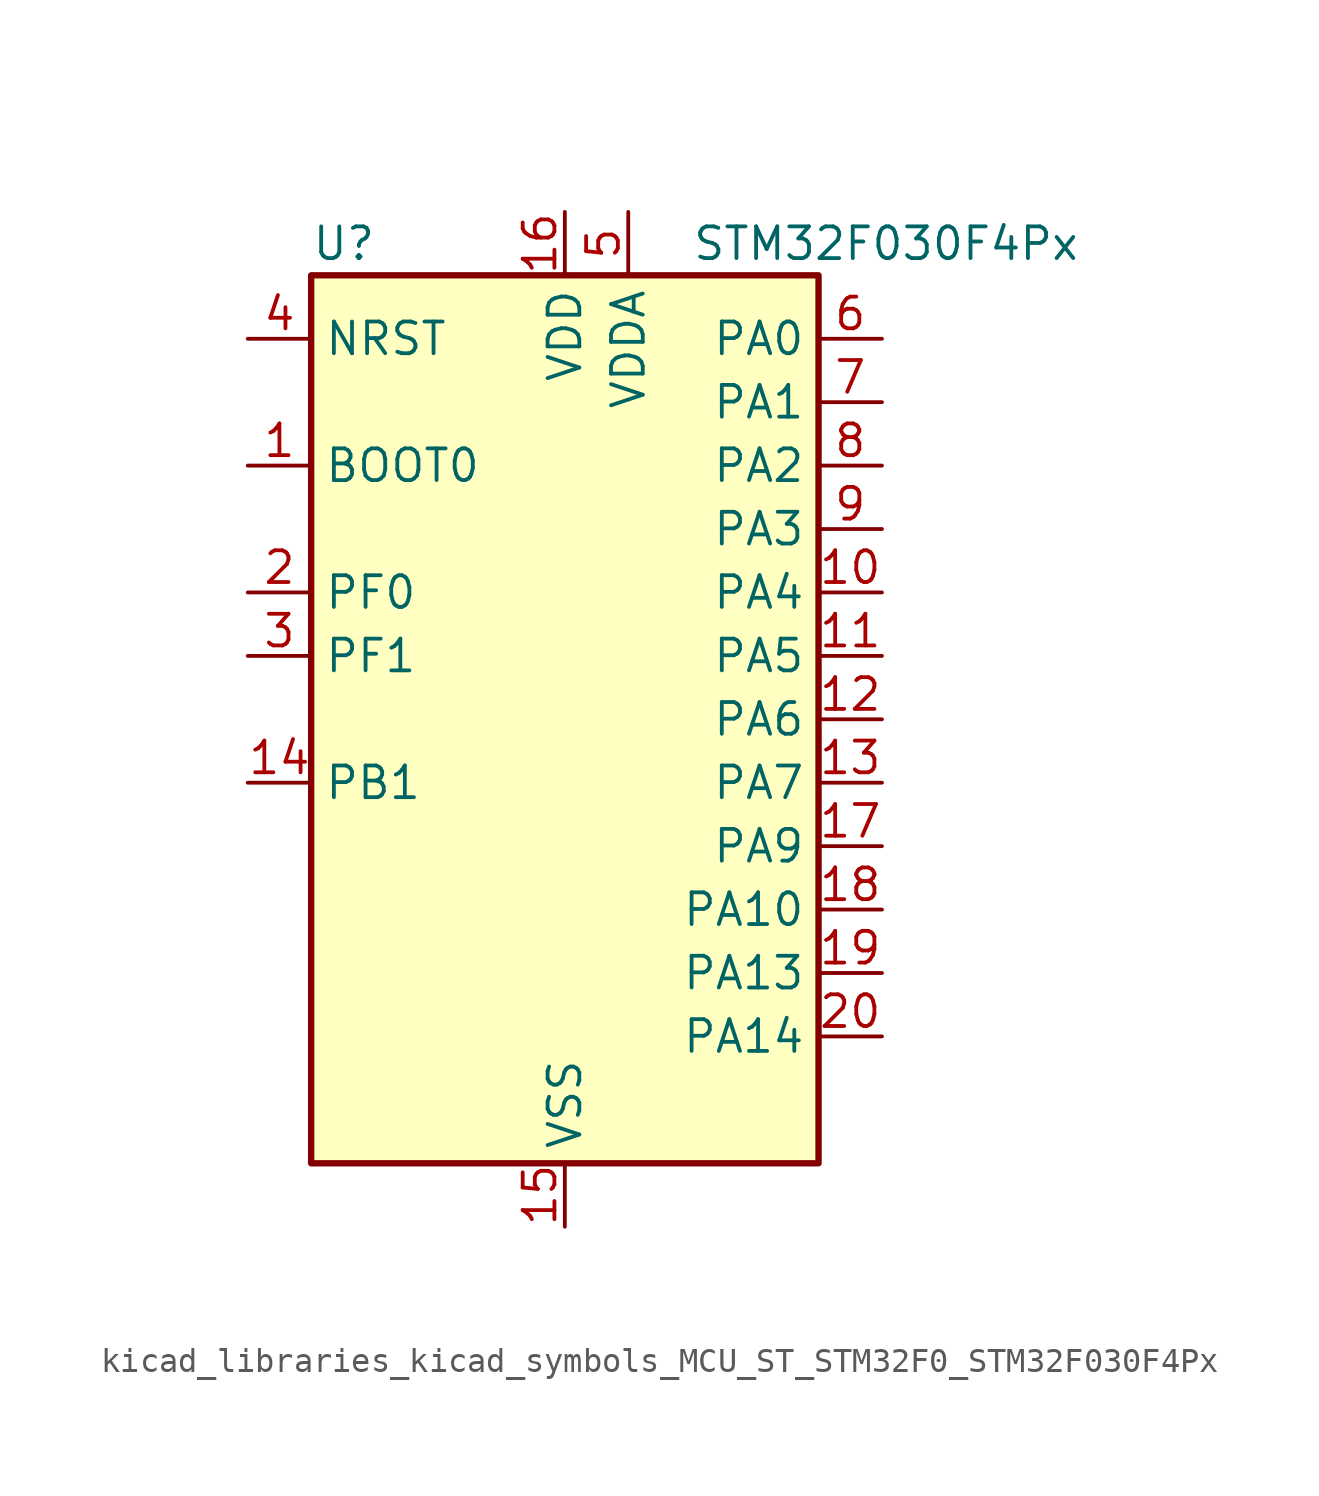
<source format=kicad_sym>
(kicad_symbol_lib
  (version 20220914)
  (generator kicad_symbol_editor)
  (symbol "kicad_libraries_kicad_symbols_MCU_ST_STM32F0_STM32F030F4Px"
    (property "Reference" "U"
      (at -10.16 19.05 0)
      (effects (font (size 1.27 1.27)) (justify left)))
    (property "Value" "STM32F030F4Px"
      (at 5.08 19.05 0)
      (effects (font (size 1.27 1.27)) (justify left)))
    (property "ki_locked" ""
      (at 0 0 0)
      (effects (font (size 1.27 1.27))))
    (symbol "kicad_libraries_kicad_symbols_MCU_ST_STM32F0_STM32F030F4Px_0_1"
      (rectangle (start -10.16 -17.78) (end 10.16 17.78) (stroke (width 0.254) (type default)) (fill (type background))))
    (symbol "kicad_libraries_kicad_symbols_MCU_ST_STM32F0_STM32F030F4Px_1_1"
      (pin input line (at -12.7 10.16 0) (length 2.54) (name "BOOT0" (effects (font (size 1.27 1.27)))) (number "1" (effects (font (size 1.27 1.27)))))
      (pin bidirectional line (at 12.7 5.08 180) (length 2.54) (name "PA4" (effects (font (size 1.27 1.27)))) (number "10" (effects (font (size 1.27 1.27)))) (alternate "ADC_IN4" bidirectional line) (alternate "SPI1_NSS" bidirectional line) (alternate "TIM14_CH1" bidirectional line) (alternate "USART1_CK" bidirectional line))
      (pin bidirectional line (at 12.7 2.54 180) (length 2.54) (name "PA5" (effects (font (size 1.27 1.27)))) (number "11" (effects (font (size 1.27 1.27)))) (alternate "ADC_IN5" bidirectional line) (alternate "SPI1_SCK" bidirectional line))
      (pin bidirectional line (at 12.7 0 180) (length 2.54) (name "PA6" (effects (font (size 1.27 1.27)))) (number "12" (effects (font (size 1.27 1.27)))) (alternate "ADC_IN6" bidirectional line) (alternate "SPI1_MISO" bidirectional line) (alternate "TIM16_CH1" bidirectional line) (alternate "TIM1_BKIN" bidirectional line) (alternate "TIM3_CH1" bidirectional line))
      (pin bidirectional line (at 12.7 -2.54 180) (length 2.54) (name "PA7" (effects (font (size 1.27 1.27)))) (number "13" (effects (font (size 1.27 1.27)))) (alternate "ADC_IN7" bidirectional line) (alternate "SPI1_MOSI" bidirectional line) (alternate "TIM14_CH1" bidirectional line) (alternate "TIM17_CH1" bidirectional line) (alternate "TIM1_CH1N" bidirectional line) (alternate "TIM3_CH2" bidirectional line))
      (pin bidirectional line (at -12.7 -2.54 0) (length 2.54) (name "PB1" (effects (font (size 1.27 1.27)))) (number "14" (effects (font (size 1.27 1.27)))) (alternate "ADC_IN9" bidirectional line) (alternate "TIM14_CH1" bidirectional line) (alternate "TIM1_CH3N" bidirectional line) (alternate "TIM3_CH4" bidirectional line))
      (pin power_in line (at 0 -20.32 90) (length 2.54) (name "VSS" (effects (font (size 1.27 1.27)))) (number "15" (effects (font (size 1.27 1.27)))))
      (pin power_in line (at 0 20.32 270) (length 2.54) (name "VDD" (effects (font (size 1.27 1.27)))) (number "16" (effects (font (size 1.27 1.27)))))
      (pin bidirectional line (at 12.7 -5.08 180) (length 2.54) (name "PA9" (effects (font (size 1.27 1.27)))) (number "17" (effects (font (size 1.27 1.27)))) (alternate "I2C1_SCL" bidirectional line) (alternate "TIM1_CH2" bidirectional line) (alternate "USART1_TX" bidirectional line))
      (pin bidirectional line (at 12.7 -7.62 180) (length 2.54) (name "PA10" (effects (font (size 1.27 1.27)))) (number "18" (effects (font (size 1.27 1.27)))) (alternate "I2C1_SDA" bidirectional line) (alternate "TIM17_BKIN" bidirectional line) (alternate "TIM1_CH3" bidirectional line) (alternate "USART1_RX" bidirectional line))
      (pin bidirectional line (at 12.7 -10.16 180) (length 2.54) (name "PA13" (effects (font (size 1.27 1.27)))) (number "19" (effects (font (size 1.27 1.27)))) (alternate "IR_OUT" bidirectional line) (alternate "SYS_SWDIO" bidirectional line))
      (pin bidirectional line (at -12.7 5.08 0) (length 2.54) (name "PF0" (effects (font (size 1.27 1.27)))) (number "2" (effects (font (size 1.27 1.27)))) (alternate "RCC_OSC_IN" bidirectional line))
      (pin bidirectional line (at 12.7 -12.7 180) (length 2.54) (name "PA14" (effects (font (size 1.27 1.27)))) (number "20" (effects (font (size 1.27 1.27)))) (alternate "SYS_SWCLK" bidirectional line) (alternate "USART1_TX" bidirectional line))
      (pin bidirectional line (at -12.7 2.54 0) (length 2.54) (name "PF1" (effects (font (size 1.27 1.27)))) (number "3" (effects (font (size 1.27 1.27)))) (alternate "RCC_OSC_OUT" bidirectional line))
      (pin input line (at -12.7 15.24 0) (length 2.54) (name "NRST" (effects (font (size 1.27 1.27)))) (number "4" (effects (font (size 1.27 1.27)))))
      (pin power_in line (at 2.54 20.32 270) (length 2.54) (name "VDDA" (effects (font (size 1.27 1.27)))) (number "5" (effects (font (size 1.27 1.27)))))
      (pin bidirectional line (at 12.7 15.24 180) (length 2.54) (name "PA0" (effects (font (size 1.27 1.27)))) (number "6" (effects (font (size 1.27 1.27)))) (alternate "ADC_IN0" bidirectional line) (alternate "RTC_TAMP2" bidirectional line) (alternate "SYS_WKUP1" bidirectional line) (alternate "USART1_CTS" bidirectional line))
      (pin bidirectional line (at 12.7 12.7 180) (length 2.54) (name "PA1" (effects (font (size 1.27 1.27)))) (number "7" (effects (font (size 1.27 1.27)))) (alternate "ADC_IN1" bidirectional line) (alternate "USART1_DE" bidirectional line) (alternate "USART1_RTS" bidirectional line))
      (pin bidirectional line (at 12.7 10.16 180) (length 2.54) (name "PA2" (effects (font (size 1.27 1.27)))) (number "8" (effects (font (size 1.27 1.27)))) (alternate "ADC_IN2" bidirectional line) (alternate "USART1_TX" bidirectional line))
      (pin bidirectional line (at 12.7 7.62 180) (length 2.54) (name "PA3" (effects (font (size 1.27 1.27)))) (number "9" (effects (font (size 1.27 1.27)))) (alternate "ADC_IN3" bidirectional line) (alternate "USART1_RX" bidirectional line)))))
</source>
